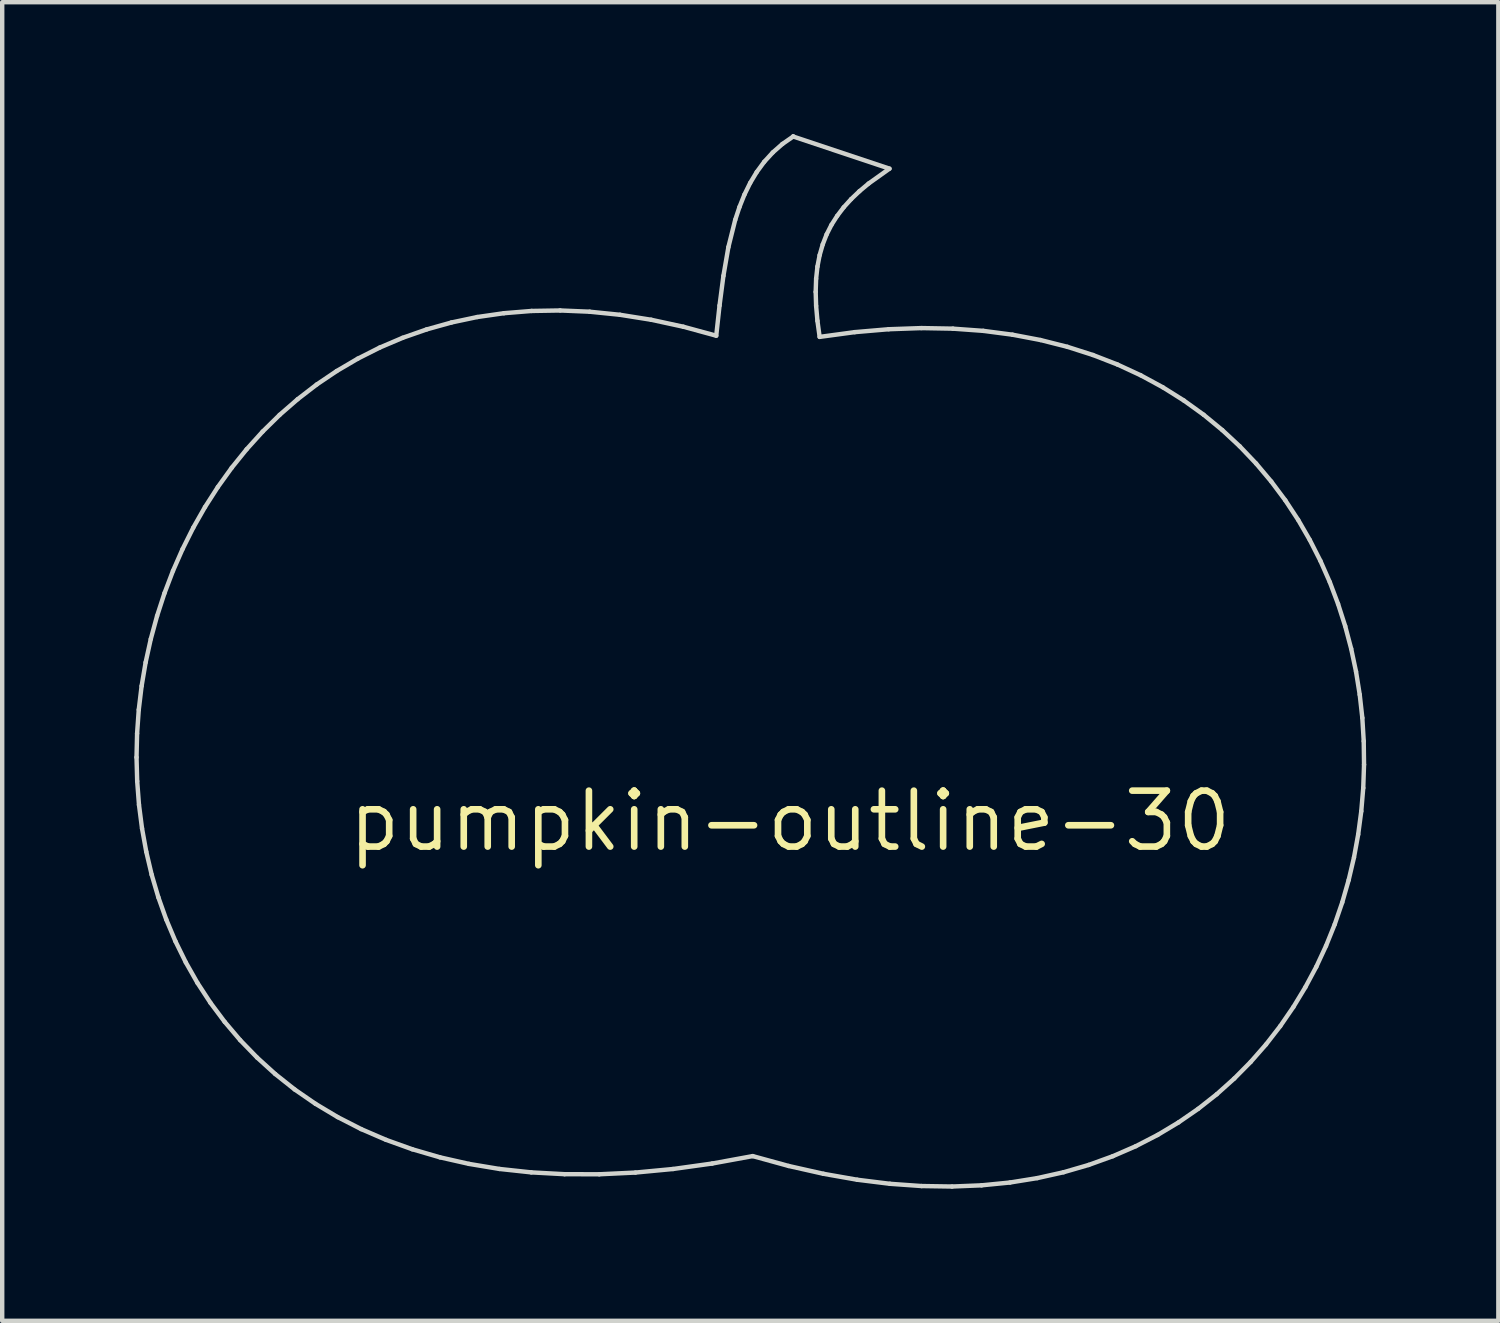
<source format=kicad_pcb>
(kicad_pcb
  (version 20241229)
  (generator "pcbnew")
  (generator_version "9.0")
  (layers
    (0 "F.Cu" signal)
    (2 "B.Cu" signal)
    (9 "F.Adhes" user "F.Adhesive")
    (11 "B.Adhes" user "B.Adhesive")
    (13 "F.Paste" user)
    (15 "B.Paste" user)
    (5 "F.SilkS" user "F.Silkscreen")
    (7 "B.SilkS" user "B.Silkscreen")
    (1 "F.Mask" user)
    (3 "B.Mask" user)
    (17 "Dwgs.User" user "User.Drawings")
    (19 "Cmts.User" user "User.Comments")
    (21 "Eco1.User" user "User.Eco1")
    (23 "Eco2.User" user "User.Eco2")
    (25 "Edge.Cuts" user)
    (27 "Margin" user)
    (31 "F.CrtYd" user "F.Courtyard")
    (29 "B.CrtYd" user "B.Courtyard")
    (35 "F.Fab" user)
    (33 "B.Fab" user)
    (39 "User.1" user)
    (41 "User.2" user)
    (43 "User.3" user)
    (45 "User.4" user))
  (footprint "pumpkin-outline-30"
    (layer "F.Cu")
    (at 14.889 15.594)
    (property "Reference" "pumpkin-outline-30" (at 0 0 0) (layer "F.SilkS") (effects (font (size 1.27 1.27) (thickness 0.15))))
    (attr through_hole)
    (fp_line (start -14.839 -1.447) (end -14.824 -0.906) (stroke (width 0.1) (type solid)) (layer "Edge.Cuts"))
    (fp_line (start -14.826 -1.988) (end -14.839 -1.447) (stroke (width 0.1) (type solid)) (layer "Edge.Cuts"))
    (fp_line (start -14.824 -0.906) (end -14.783 -0.368) (stroke (width 0.1) (type solid)) (layer "Edge.Cuts"))
    (fp_line (start -14.788 -2.529) (end -14.826 -1.988) (stroke (width 0.1) (type solid)) (layer "Edge.Cuts"))
    (fp_line (start -14.783 -0.368) (end -14.714 0.167) (stroke (width 0.1) (type solid)) (layer "Edge.Cuts"))
    (fp_line (start -14.723 -3.068) (end -14.788 -2.529) (stroke (width 0.1) (type solid)) (layer "Edge.Cuts"))
    (fp_line (start -14.714 0.167) (end -14.618 0.696) (stroke (width 0.1) (type solid)) (layer "Edge.Cuts"))
    (fp_line (start -14.632 -3.603) (end -14.723 -3.068) (stroke (width 0.1) (type solid)) (layer "Edge.Cuts"))
    (fp_line (start -14.618 0.696) (end -14.495 1.218) (stroke (width 0.1) (type solid)) (layer "Edge.Cuts"))
    (fp_line (start -14.515 -4.134) (end -14.632 -3.603) (stroke (width 0.1) (type solid)) (layer "Edge.Cuts"))
    (fp_line (start -14.495 1.218) (end -14.343 1.732) (stroke (width 0.1) (type solid)) (layer "Edge.Cuts"))
    (fp_line (start -14.372 -4.658) (end -14.515 -4.134) (stroke (width 0.1) (type solid)) (layer "Edge.Cuts"))
    (fp_line (start -14.343 1.732) (end -14.164 2.236) (stroke (width 0.1) (type solid)) (layer "Edge.Cuts"))
    (fp_line (start -14.204 -5.174) (end -14.372 -4.658) (stroke (width 0.1) (type solid)) (layer "Edge.Cuts"))
    (fp_line (start -14.164 2.236) (end -13.956 2.729) (stroke (width 0.1) (type solid)) (layer "Edge.Cuts"))
    (fp_line (start -14.011 -5.681) (end -14.204 -5.174) (stroke (width 0.1) (type solid)) (layer "Edge.Cuts"))
    (fp_line (start -13.956 2.729) (end -13.72 3.209) (stroke (width 0.1) (type solid)) (layer "Edge.Cuts"))
    (fp_line (start -13.793 -6.177) (end -14.011 -5.681) (stroke (width 0.1) (type solid)) (layer "Edge.Cuts"))
    (fp_line (start -13.72 3.209) (end -13.455 3.676) (stroke (width 0.1) (type solid)) (layer "Edge.Cuts"))
    (fp_line (start -13.551 -6.661) (end -13.793 -6.177) (stroke (width 0.1) (type solid)) (layer "Edge.Cuts"))
    (fp_line (start -13.455 3.676) (end -13.161 4.126) (stroke (width 0.1) (type solid)) (layer "Edge.Cuts"))
    (fp_line (start -13.284 -7.13) (end -13.551 -6.661) (stroke (width 0.1) (type solid)) (layer "Edge.Cuts"))
    (fp_line (start -13.161 4.126) (end -12.837 4.56) (stroke (width 0.1) (type solid)) (layer "Edge.Cuts"))
    (fp_line (start -12.992 -7.585) (end -13.284 -7.13) (stroke (width 0.1) (type solid)) (layer "Edge.Cuts"))
    (fp_line (start -12.837 4.56) (end -12.485 4.975) (stroke (width 0.1) (type solid)) (layer "Edge.Cuts"))
    (fp_line (start -12.677 -8.023) (end -12.992 -7.585) (stroke (width 0.1) (type solid)) (layer "Edge.Cuts"))
    (fp_line (start -12.485 4.975) (end -12.102 5.37) (stroke (width 0.1) (type solid)) (layer "Edge.Cuts"))
    (fp_line (start -12.338 -8.443) (end -12.677 -8.023) (stroke (width 0.1) (type solid)) (layer "Edge.Cuts"))
    (fp_line (start -12.102 5.37) (end -11.69 5.744) (stroke (width 0.1) (type solid)) (layer "Edge.Cuts"))
    (fp_line (start -11.975 -8.844) (end -12.338 -8.443) (stroke (width 0.1) (type solid)) (layer "Edge.Cuts"))
    (fp_line (start -11.69 5.744) (end -11.248 6.095) (stroke (width 0.1) (type solid)) (layer "Edge.Cuts"))
    (fp_line (start -11.589 -9.223) (end -11.975 -8.844) (stroke (width 0.1) (type solid)) (layer "Edge.Cuts"))
    (fp_line (start -11.248 6.095) (end -10.775 6.421) (stroke (width 0.1) (type solid)) (layer "Edge.Cuts"))
    (fp_line (start -11.18 -9.579) (end -11.589 -9.223) (stroke (width 0.1) (type solid)) (layer "Edge.Cuts"))
    (fp_line (start -10.775 6.421) (end -10.272 6.722) (stroke (width 0.1) (type solid)) (layer "Edge.Cuts"))
    (fp_line (start -10.748 -9.912) (end -11.18 -9.579) (stroke (width 0.1) (type solid)) (layer "Edge.Cuts"))
    (fp_line (start -10.293 -10.219) (end -10.748 -9.912) (stroke (width 0.1) (type solid)) (layer "Edge.Cuts"))
    (fp_line (start -10.272 6.722) (end -9.738 6.995) (stroke (width 0.1) (type solid)) (layer "Edge.Cuts"))
    (fp_line (start -9.816 -10.499) (end -10.293 -10.219) (stroke (width 0.1) (type solid)) (layer "Edge.Cuts"))
    (fp_line (start -9.738 6.995) (end -9.173 7.239) (stroke (width 0.1) (type solid)) (layer "Edge.Cuts"))
    (fp_line (start -9.317 -10.751) (end -9.816 -10.499) (stroke (width 0.1) (type solid)) (layer "Edge.Cuts"))
    (fp_line (start -9.173 7.239) (end -8.577 7.453) (stroke (width 0.1) (type solid)) (layer "Edge.Cuts"))
    (fp_line (start -8.796 -10.973) (end -9.317 -10.751) (stroke (width 0.1) (type solid)) (layer "Edge.Cuts"))
    (fp_line (start -8.577 7.453) (end -7.949 7.636) (stroke (width 0.1) (type solid)) (layer "Edge.Cuts"))
    (fp_line (start -8.253 -11.163) (end -8.796 -10.973) (stroke (width 0.1) (type solid)) (layer "Edge.Cuts"))
    (fp_line (start -7.949 7.636) (end -7.29 7.785) (stroke (width 0.1) (type solid)) (layer "Edge.Cuts"))
    (fp_line (start -7.688 -11.321) (end -8.253 -11.163) (stroke (width 0.1) (type solid)) (layer "Edge.Cuts"))
    (fp_line (start -7.29 7.785) (end -6.598 7.9) (stroke (width 0.1) (type solid)) (layer "Edge.Cuts"))
    (fp_line (start -7.102 -11.445) (end -7.688 -11.321) (stroke (width 0.1) (type solid)) (layer "Edge.Cuts"))
    (fp_line (start -6.598 7.9) (end -5.875 7.978) (stroke (width 0.1) (type solid)) (layer "Edge.Cuts"))
    (fp_line (start -6.495 -11.532) (end -7.102 -11.445) (stroke (width 0.1) (type solid)) (layer "Edge.Cuts"))
    (fp_line (start -5.875 7.978) (end -5.119 8.019) (stroke (width 0.1) (type solid)) (layer "Edge.Cuts"))
    (fp_line (start -5.867 -11.583) (end -6.495 -11.532) (stroke (width 0.1) (type solid)) (layer "Edge.Cuts"))
    (fp_line (start -5.219 -11.594) (end -5.867 -11.583) (stroke (width 0.1) (type solid)) (layer "Edge.Cuts"))
    (fp_line (start -5.119 8.019) (end -4.331 8.021) (stroke (width 0.1) (type solid)) (layer "Edge.Cuts"))
    (fp_line (start -4.55 -11.566) (end -5.219 -11.594) (stroke (width 0.1) (type solid)) (layer "Edge.Cuts"))
    (fp_line (start -4.331 8.021) (end -3.51 7.982) (stroke (width 0.1) (type solid)) (layer "Edge.Cuts"))
    (fp_line (start -3.861 -11.496) (end -4.55 -11.566) (stroke (width 0.1) (type solid)) (layer "Edge.Cuts"))
    (fp_line (start -3.51 7.982) (end -2.656 7.901) (stroke (width 0.1) (type solid)) (layer "Edge.Cuts"))
    (fp_line (start -3.152 -11.383) (end -3.861 -11.496) (stroke (width 0.1) (type solid)) (layer "Edge.Cuts"))
    (fp_line (start -2.656 7.901) (end -1.768 7.777) (stroke (width 0.1) (type solid)) (layer "Edge.Cuts"))
    (fp_line (start -2.423 -11.225) (end -3.152 -11.383) (stroke (width 0.1) (type solid)) (layer "Edge.Cuts"))
    (fp_line (start -1.768 7.777) (end -0.847 7.608) (stroke (width 0.1) (type solid)) (layer "Edge.Cuts"))
    (fp_line (start -1.675 -11.021) (end -2.423 -11.225) (stroke (width 0.1) (type solid)) (layer "Edge.Cuts"))
    (fp_line (start -1.6 -11.706) (end -1.675 -11.021) (stroke (width 0.1) (type solid)) (layer "Edge.Cuts"))
    (fp_line (start -1.512 -12.38) (end -1.6 -11.706) (stroke (width 0.1) (type solid)) (layer "Edge.Cuts"))
    (fp_line (start -1.399 -13.033) (end -1.512 -12.38) (stroke (width 0.1) (type solid)) (layer "Edge.Cuts"))
    (fp_line (start -1.244 -13.652) (end -1.399 -13.033) (stroke (width 0.1) (type solid)) (layer "Edge.Cuts"))
    (fp_line (start -1.147 -13.944) (end -1.244 -13.652) (stroke (width 0.1) (type solid)) (layer "Edge.Cuts"))
    (fp_line (start -1.035 -14.224) (end -1.147 -13.944) (stroke (width 0.1) (type solid)) (layer "Edge.Cuts"))
    (fp_line (start -0.905 -14.489) (end -1.035 -14.224) (stroke (width 0.1) (type solid)) (layer "Edge.Cuts"))
    (fp_line (start -0.847 7.608) (end -0.032 7.832) (stroke (width 0.1) (type solid)) (layer "Edge.Cuts"))
    (fp_line (start -0.755 -14.738) (end -0.905 -14.489) (stroke (width 0.1) (type solid)) (layer "Edge.Cuts"))
    (fp_line (start -0.585 -14.97) (end -0.755 -14.738) (stroke (width 0.1) (type solid)) (layer "Edge.Cuts"))
    (fp_line (start -0.391 -15.182) (end -0.585 -14.97) (stroke (width 0.1) (type solid)) (layer "Edge.Cuts"))
    (fp_line (start -0.173 -15.374) (end -0.391 -15.182) (stroke (width 0.1) (type solid)) (layer "Edge.Cuts"))
    (fp_line (start -0.032 7.832) (end 0.759 8.01) (stroke (width 0.1) (type solid)) (layer "Edge.Cuts"))
    (fp_line (start 0.072 -15.544) (end -0.173 -15.374) (stroke (width 0.1) (type solid)) (layer "Edge.Cuts"))
    (fp_line (start 0.072 -15.544) (end 0.072 -15.544) (stroke (width 0.1) (type solid)) (layer "Edge.Cuts"))
    (fp_line (start 0.072 -15.544) (end 0.072 -15.544) (stroke (width 0.1) (type solid)) (layer "Edge.Cuts"))
    (fp_line (start 0.583 -12.016) (end 0.593 -12.313) (stroke (width 0.1) (type solid)) (layer "Edge.Cuts"))
    (fp_line (start 0.593 -11.699) (end 0.583 -12.016) (stroke (width 0.1) (type solid)) (layer "Edge.Cuts"))
    (fp_line (start 0.593 -12.313) (end 0.623 -12.59) (stroke (width 0.1) (type solid)) (layer "Edge.Cuts"))
    (fp_line (start 0.623 -11.358) (end 0.593 -11.699) (stroke (width 0.1) (type solid)) (layer "Edge.Cuts"))
    (fp_line (start 0.623 -12.59) (end 0.673 -12.85) (stroke (width 0.1) (type solid)) (layer "Edge.Cuts"))
    (fp_line (start 0.673 -12.85) (end 0.743 -13.093) (stroke (width 0.1) (type solid)) (layer "Edge.Cuts"))
    (fp_line (start 0.673 -10.994) (end 0.623 -11.358) (stroke (width 0.1) (type solid)) (layer "Edge.Cuts"))
    (fp_line (start 0.743 -13.093) (end 0.832 -13.322) (stroke (width 0.1) (type solid)) (layer "Edge.Cuts"))
    (fp_line (start 0.759 8.01) (end 1.526 8.145) (stroke (width 0.1) (type solid)) (layer "Edge.Cuts"))
    (fp_line (start 0.832 -13.322) (end 0.941 -13.537) (stroke (width 0.1) (type solid)) (layer "Edge.Cuts"))
    (fp_line (start 0.941 -13.537) (end 1.071 -13.741) (stroke (width 0.1) (type solid)) (layer "Edge.Cuts"))
    (fp_line (start 1.071 -13.741) (end 1.219 -13.936) (stroke (width 0.1) (type solid)) (layer "Edge.Cuts"))
    (fp_line (start 1.219 -13.936) (end 1.388 -14.122) (stroke (width 0.1) (type solid)) (layer "Edge.Cuts"))
    (fp_line (start 1.388 -14.122) (end 1.576 -14.301) (stroke (width 0.1) (type solid)) (layer "Edge.Cuts"))
    (fp_line (start 1.47 -11.102) (end 0.673 -10.994) (stroke (width 0.1) (type solid)) (layer "Edge.Cuts"))
    (fp_line (start 1.526 8.145) (end 2.268 8.237) (stroke (width 0.1) (type solid)) (layer "Edge.Cuts"))
    (fp_line (start 1.576 -14.301) (end 1.784 -14.475) (stroke (width 0.1) (type solid)) (layer "Edge.Cuts"))
    (fp_line (start 1.784 -14.475) (end 2.259 -14.814) (stroke (width 0.1) (type solid)) (layer "Edge.Cuts"))
    (fp_line (start 2.24 -11.168) (end 1.47 -11.102) (stroke (width 0.1) (type solid)) (layer "Edge.Cuts"))
    (fp_line (start 2.259 -14.814) (end 0.072 -15.544) (stroke (width 0.1) (type solid)) (layer "Edge.Cuts"))
    (fp_line (start 2.268 8.237) (end 2.986 8.288) (stroke (width 0.1) (type solid)) (layer "Edge.Cuts"))
    (fp_line (start 2.984 -11.194) (end 2.24 -11.168) (stroke (width 0.1) (type solid)) (layer "Edge.Cuts"))
    (fp_line (start 2.986 8.288) (end 3.68 8.299) (stroke (width 0.1) (type solid)) (layer "Edge.Cuts"))
    (fp_line (start 3.68 8.299) (end 4.35 8.272) (stroke (width 0.1) (type solid)) (layer "Edge.Cuts"))
    (fp_line (start 3.7 -11.181) (end 2.984 -11.194) (stroke (width 0.1) (type solid)) (layer "Edge.Cuts"))
    (fp_line (start 4.35 8.272) (end 4.995 8.208) (stroke (width 0.1) (type solid)) (layer "Edge.Cuts"))
    (fp_line (start 4.389 -11.131) (end 3.7 -11.181) (stroke (width 0.1) (type solid)) (layer "Edge.Cuts"))
    (fp_line (start 4.995 8.208) (end 5.615 8.108) (stroke (width 0.1) (type solid)) (layer "Edge.Cuts"))
    (fp_line (start 5.052 -11.044) (end 4.389 -11.131) (stroke (width 0.1) (type solid)) (layer "Edge.Cuts"))
    (fp_line (start 5.615 8.108) (end 6.211 7.975) (stroke (width 0.1) (type solid)) (layer "Edge.Cuts"))
    (fp_line (start 5.688 -10.923) (end 5.052 -11.044) (stroke (width 0.1) (type solid)) (layer "Edge.Cuts"))
    (fp_line (start 6.211 7.975) (end 6.782 7.809) (stroke (width 0.1) (type solid)) (layer "Edge.Cuts"))
    (fp_line (start 6.297 -10.769) (end 5.688 -10.923) (stroke (width 0.1) (type solid)) (layer "Edge.Cuts"))
    (fp_line (start 6.782 7.809) (end 7.329 7.611) (stroke (width 0.1) (type solid)) (layer "Edge.Cuts"))
    (fp_line (start 6.879 -10.583) (end 6.297 -10.769) (stroke (width 0.1) (type solid)) (layer "Edge.Cuts"))
    (fp_line (start 7.329 7.611) (end 7.851 7.384) (stroke (width 0.1) (type solid)) (layer "Edge.Cuts"))
    (fp_line (start 7.435 -10.367) (end 6.879 -10.583) (stroke (width 0.1) (type solid)) (layer "Edge.Cuts"))
    (fp_line (start 7.851 7.384) (end 8.348 7.128) (stroke (width 0.1) (type solid)) (layer "Edge.Cuts"))
    (fp_line (start 7.964 -10.122) (end 7.435 -10.367) (stroke (width 0.1) (type solid)) (layer "Edge.Cuts"))
    (fp_line (start 8.348 7.128) (end 8.82 6.845) (stroke (width 0.1) (type solid)) (layer "Edge.Cuts"))
    (fp_line (start 8.467 -9.849) (end 7.964 -10.122) (stroke (width 0.1) (type solid)) (layer "Edge.Cuts"))
    (fp_line (start 8.82 6.845) (end 9.268 6.536) (stroke (width 0.1) (type solid)) (layer "Edge.Cuts"))
    (fp_line (start 8.943 -9.55) (end 8.467 -9.849) (stroke (width 0.1) (type solid)) (layer "Edge.Cuts"))
    (fp_line (start 9.268 6.536) (end 9.691 6.203) (stroke (width 0.1) (type solid)) (layer "Edge.Cuts"))
    (fp_line (start 9.393 -9.226) (end 8.943 -9.55) (stroke (width 0.1) (type solid)) (layer "Edge.Cuts"))
    (fp_line (start 9.691 6.203) (end 10.088 5.847) (stroke (width 0.1) (type solid)) (layer "Edge.Cuts"))
    (fp_line (start 9.816 -8.878) (end 9.393 -9.226) (stroke (width 0.1) (type solid)) (layer "Edge.Cuts"))
    (fp_line (start 10.088 5.847) (end 10.461 5.47) (stroke (width 0.1) (type solid)) (layer "Edge.Cuts"))
    (fp_line (start 10.213 -8.509) (end 9.816 -8.878) (stroke (width 0.1) (type solid)) (layer "Edge.Cuts"))
    (fp_line (start 10.461 5.47) (end 10.809 5.073) (stroke (width 0.1) (type solid)) (layer "Edge.Cuts"))
    (fp_line (start 10.584 -8.119) (end 10.213 -8.509) (stroke (width 0.1) (type solid)) (layer "Edge.Cuts"))
    (fp_line (start 10.809 5.073) (end 11.132 4.657) (stroke (width 0.1) (type solid)) (layer "Edge.Cuts"))
    (fp_line (start 10.928 -7.71) (end 10.584 -8.119) (stroke (width 0.1) (type solid)) (layer "Edge.Cuts"))
    (fp_line (start 11.132 4.657) (end 11.43 4.223) (stroke (width 0.1) (type solid)) (layer "Edge.Cuts"))
    (fp_line (start 11.247 -7.283) (end 10.928 -7.71) (stroke (width 0.1) (type solid)) (layer "Edge.Cuts"))
    (fp_line (start 11.43 4.223) (end 11.702 3.774) (stroke (width 0.1) (type solid)) (layer "Edge.Cuts"))
    (fp_line (start 11.539 -6.839) (end 11.247 -7.283) (stroke (width 0.1) (type solid)) (layer "Edge.Cuts"))
    (fp_line (start 11.702 3.774) (end 11.95 3.311) (stroke (width 0.1) (type solid)) (layer "Edge.Cuts"))
    (fp_line (start 11.804 -6.381) (end 11.539 -6.839) (stroke (width 0.1) (type solid)) (layer "Edge.Cuts"))
    (fp_line (start 11.95 3.311) (end 12.172 2.834) (stroke (width 0.1) (type solid)) (layer "Edge.Cuts"))
    (fp_line (start 12.044 -5.909) (end 11.804 -6.381) (stroke (width 0.1) (type solid)) (layer "Edge.Cuts"))
    (fp_line (start 12.172 2.834) (end 12.369 2.346) (stroke (width 0.1) (type solid)) (layer "Edge.Cuts"))
    (fp_line (start 12.258 -5.425) (end 12.044 -5.909) (stroke (width 0.1) (type solid)) (layer "Edge.Cuts"))
    (fp_line (start 12.369 2.346) (end 12.54 1.847) (stroke (width 0.1) (type solid)) (layer "Edge.Cuts"))
    (fp_line (start 12.445 -4.93) (end 12.258 -5.425) (stroke (width 0.1) (type solid)) (layer "Edge.Cuts"))
    (fp_line (start 12.54 1.847) (end 12.686 1.339) (stroke (width 0.1) (type solid)) (layer "Edge.Cuts"))
    (fp_line (start 12.607 -4.426) (end 12.445 -4.93) (stroke (width 0.1) (type solid)) (layer "Edge.Cuts"))
    (fp_line (start 12.686 1.339) (end 12.807 0.825) (stroke (width 0.1) (type solid)) (layer "Edge.Cuts"))
    (fp_line (start 12.743 -3.913) (end 12.607 -4.426) (stroke (width 0.1) (type solid)) (layer "Edge.Cuts"))
    (fp_line (start 12.807 0.825) (end 12.902 0.304) (stroke (width 0.1) (type solid)) (layer "Edge.Cuts"))
    (fp_line (start 12.853 -3.394) (end 12.743 -3.913) (stroke (width 0.1) (type solid)) (layer "Edge.Cuts"))
    (fp_line (start 12.902 0.304) (end 12.972 -0.222) (stroke (width 0.1) (type solid)) (layer "Edge.Cuts"))
    (fp_line (start 12.937 -2.87) (end 12.853 -3.394) (stroke (width 0.1) (type solid)) (layer "Edge.Cuts"))
    (fp_line (start 12.972 -0.222) (end 13.017 -0.751) (stroke (width 0.1) (type solid)) (layer "Edge.Cuts"))
    (fp_line (start 12.996 -2.343) (end 12.937 -2.87) (stroke (width 0.1) (type solid)) (layer "Edge.Cuts"))
    (fp_line (start 13.017 -0.751) (end 13.035 -1.281) (stroke (width 0.1) (type solid)) (layer "Edge.Cuts"))
    (fp_line (start 13.028 -1.813) (end 12.996 -2.343) (stroke (width 0.1) (type solid)) (layer "Edge.Cuts"))
    (fp_line (start 13.035 -1.281) (end 13.028 -1.813) (stroke (width 0.1) (type solid)) (layer "Edge.Cuts")))
  (gr_rect
    (start -3 -3)
    (end 30.974 26.943)
    (stroke (width 0.1) (type default))
    (fill no)
    (layer "Edge.Cuts")))
</source>
